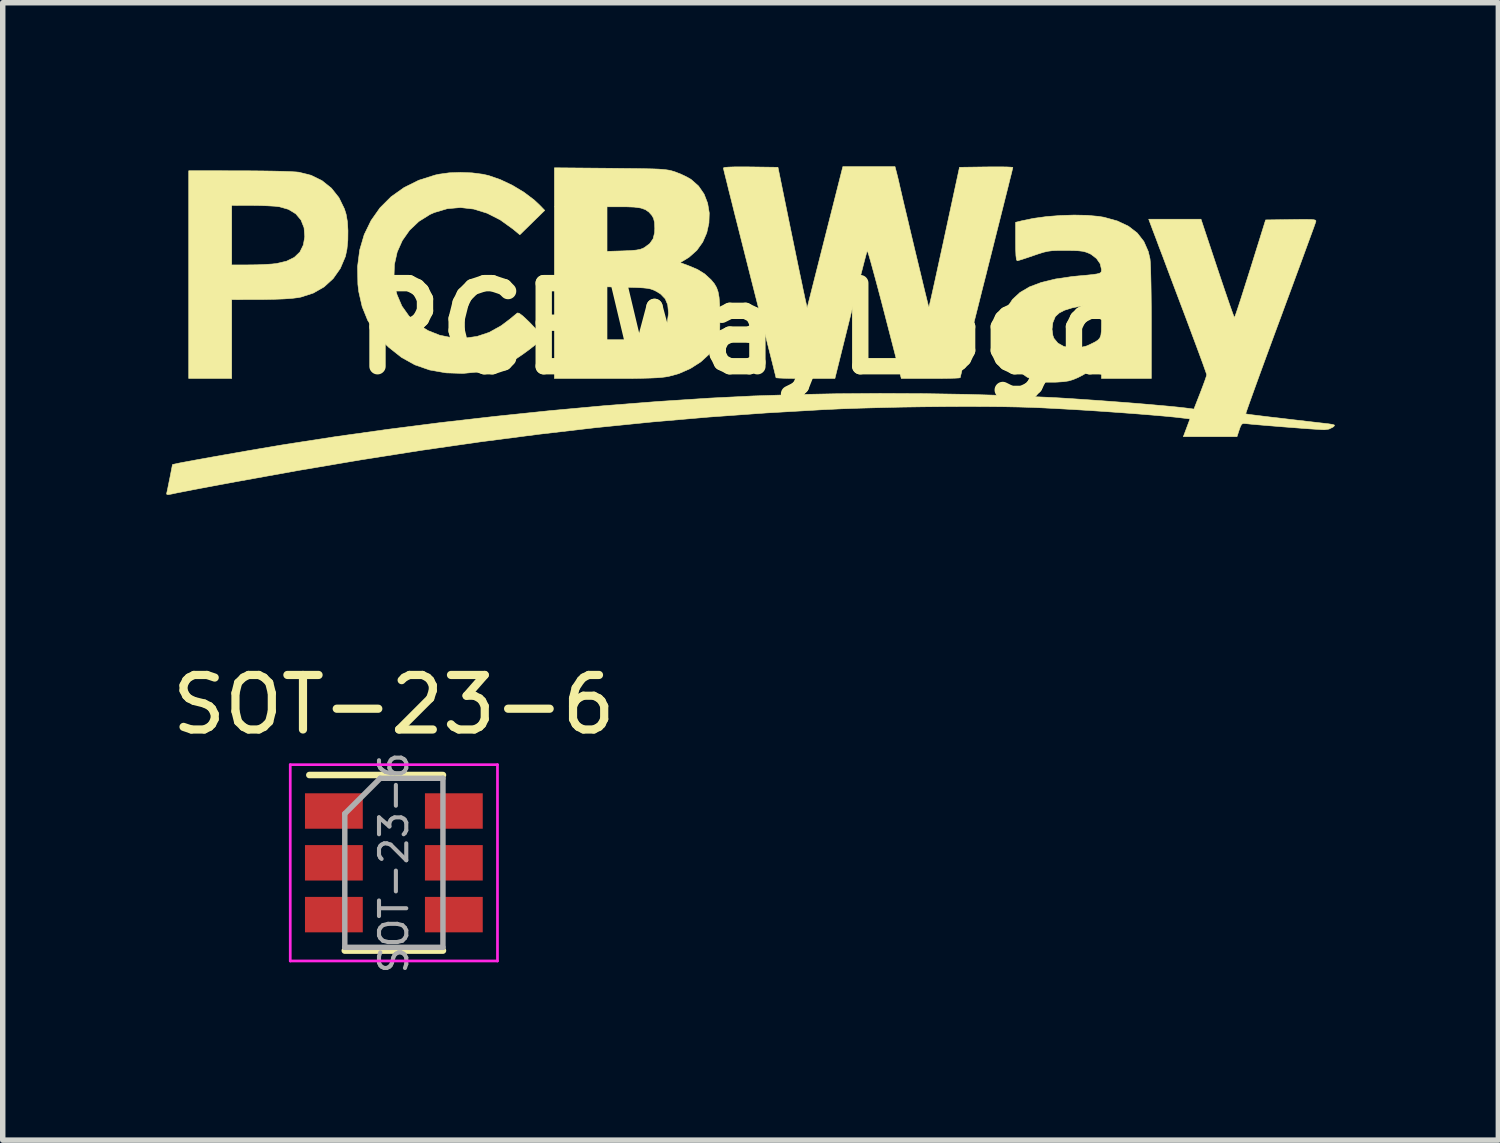
<source format=kicad_pcb>
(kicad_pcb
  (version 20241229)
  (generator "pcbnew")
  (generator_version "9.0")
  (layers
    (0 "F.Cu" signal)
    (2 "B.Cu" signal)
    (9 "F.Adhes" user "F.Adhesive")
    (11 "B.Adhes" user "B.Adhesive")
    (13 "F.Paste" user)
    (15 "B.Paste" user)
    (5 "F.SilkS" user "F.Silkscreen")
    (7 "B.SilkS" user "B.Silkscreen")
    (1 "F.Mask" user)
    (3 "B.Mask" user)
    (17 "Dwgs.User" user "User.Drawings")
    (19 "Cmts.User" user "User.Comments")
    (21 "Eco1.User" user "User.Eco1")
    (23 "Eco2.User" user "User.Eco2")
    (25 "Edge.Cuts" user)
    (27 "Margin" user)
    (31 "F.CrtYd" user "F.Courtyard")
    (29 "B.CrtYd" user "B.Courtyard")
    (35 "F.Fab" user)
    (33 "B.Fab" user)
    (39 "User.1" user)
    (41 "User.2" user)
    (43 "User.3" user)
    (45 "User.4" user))
  (footprint "PCBWayLogo"
    (layer "F.Cu")
    (at 10.622 2.977)
    (property "Reference" "PCBWayLogo" (at 0 0 0) (layer "F.SilkS") (effects (font (size 1.524 1.524) (thickness 0.3))))
    (attr through_hole)
    (fp_poly (pts (xy -9.29 -2.895) (xy -9.07 -2.894) (xy -8.859 -2.892) (xy -8.664 -2.889) (xy -8.492 -2.885) (xy -8.35 -2.88) (xy -8.246 -2.874) (xy -8.192 -2.869) (xy -7.966 -2.812) (xy -7.765 -2.713) (xy -7.594 -2.576) (xy -7.456 -2.402) (xy -7.356 -2.197) (xy -7.325 -2.099) (xy -7.301 -1.962) (xy -7.291 -1.797) (xy -7.293 -1.623) (xy -7.309 -1.459) (xy -7.337 -1.325) (xy -7.338 -1.323) (xy -7.431 -1.104) (xy -7.562 -0.918) (xy -7.728 -0.766) (xy -7.927 -0.652) (xy -8.153 -0.579) (xy -8.199 -0.57) (xy -8.311 -0.556) (xy -8.465 -0.545) (xy -8.655 -0.538) (xy -8.871 -0.534) (xy -8.909 -0.534) (xy -9.423 -0.533) (xy -9.423 0.914) (xy -10.211 0.914) (xy -10.211 -1.168) (xy -9.423 -1.168) (xy -9.1 -1.169) (xy -8.956 -1.171) (xy -8.813 -1.177) (xy -8.687 -1.185) (xy -8.603 -1.194) (xy -8.418 -1.237) (xy -8.275 -1.307) (xy -8.172 -1.406) (xy -8.109 -1.535) (xy -8.083 -1.686) (xy -8.096 -1.851) (xy -8.152 -1.992) (xy -8.248 -2.106) (xy -8.383 -2.188) (xy -8.547 -2.235) (xy -8.63 -2.245) (xy -8.749 -2.252) (xy -8.89 -2.258) (xy -9.036 -2.26) (xy -9.061 -2.26) (xy -9.423 -2.261) (xy -9.423 -1.168) (xy -10.211 -1.168) (xy -10.211 -2.896) (xy -9.29 -2.895)) (stroke (width 0.01) (type solid)) (fill yes) (layer "F.SilkS"))
    (fp_poly (pts (xy -5.015 -2.857) (xy -4.82 -2.832) (xy -4.712 -2.808) (xy -4.496 -2.733) (xy -4.274 -2.628) (xy -4.062 -2.5) (xy -3.875 -2.359) (xy -3.778 -2.268) (xy -3.682 -2.169) (xy -3.911 -1.945) (xy -4.139 -1.722) (xy -4.26 -1.823) (xy -4.497 -1.994) (xy -4.739 -2.117) (xy -4.983 -2.193) (xy -5.228 -2.221) (xy -5.469 -2.2) (xy -5.705 -2.13) (xy -5.787 -2.094) (xy -5.991 -1.966) (xy -6.161 -1.805) (xy -6.294 -1.616) (xy -6.388 -1.405) (xy -6.439 -1.176) (xy -6.447 -0.936) (xy -6.409 -0.689) (xy -6.39 -0.62) (xy -6.302 -0.414) (xy -6.174 -0.234) (xy -6.012 -0.083) (xy -5.822 0.036) (xy -5.61 0.12) (xy -5.38 0.167) (xy -5.139 0.173) (xy -4.922 0.142) (xy -4.7 0.068) (xy -4.479 -0.055) (xy -4.323 -0.173) (xy -4.256 -0.228) (xy -4.203 -0.272) (xy -4.181 -0.288) (xy -4.149 -0.281) (xy -4.085 -0.233) (xy -3.991 -0.145) (xy -3.936 -0.09) (xy -3.853 -0.002) (xy -3.785 0.074) (xy -3.739 0.13) (xy -3.721 0.159) (xy -3.721 0.159) (xy -3.741 0.191) (xy -3.795 0.244) (xy -3.874 0.311) (xy -3.97 0.386) (xy -4.074 0.462) (xy -4.178 0.533) (xy -4.272 0.592) (xy -4.331 0.624) (xy -4.591 0.726) (xy -4.878 0.792) (xy -5.181 0.821) (xy -5.489 0.811) (xy -5.496 0.81) (xy -5.793 0.758) (xy -6.063 0.664) (xy -6.311 0.526) (xy -6.542 0.343) (xy -6.594 0.293) (xy -6.784 0.076) (xy -6.929 -0.153) (xy -7.03 -0.402) (xy -7.093 -0.678) (xy -7.109 -0.813) (xy -7.115 -1.136) (xy -7.076 -1.441) (xy -6.993 -1.724) (xy -6.867 -1.983) (xy -6.703 -2.216) (xy -6.501 -2.418) (xy -6.263 -2.587) (xy -5.993 -2.721) (xy -5.691 -2.817) (xy -5.616 -2.833) (xy -5.433 -2.858) (xy -5.226 -2.865) (xy -5.015 -2.857)) (stroke (width 0.01) (type solid)) (fill yes) (layer "F.SilkS"))
    (fp_poly (pts (xy -2.483 -2.941) (xy -2.227 -2.938) (xy -2.016 -2.936) (xy -1.845 -2.933) (xy -1.709 -2.93) (xy -1.601 -2.926) (xy -1.518 -2.92) (xy -1.452 -2.913) (xy -1.399 -2.905) (xy -1.354 -2.894) (xy -1.31 -2.881) (xy -1.292 -2.875) (xy -1.182 -2.832) (xy -1.07 -2.778) (xy -0.999 -2.737) (xy -0.862 -2.616) (xy -0.76 -2.468) (xy -0.695 -2.301) (xy -0.665 -2.121) (xy -0.671 -1.937) (xy -0.711 -1.757) (xy -0.785 -1.587) (xy -0.893 -1.436) (xy -1.034 -1.311) (xy -1.086 -1.278) (xy -1.2 -1.211) (xy -1.049 -1.156) (xy -0.88 -1.085) (xy -0.747 -1.002) (xy -0.635 -0.899) (xy -0.628 -0.892) (xy -0.572 -0.824) (xy -0.531 -0.754) (xy -0.503 -0.674) (xy -0.485 -0.574) (xy -0.475 -0.444) (xy -0.471 -0.276) (xy -0.471 -0.216) (xy -0.471 -0.069) (xy -0.473 0.038) (xy -0.478 0.115) (xy -0.487 0.171) (xy -0.503 0.219) (xy -0.527 0.267) (xy -0.545 0.301) (xy -0.662 0.464) (xy -0.82 0.609) (xy -1.011 0.731) (xy -1.224 0.825) (xy -1.404 0.874) (xy -1.466 0.885) (xy -1.54 0.894) (xy -1.631 0.901) (xy -1.745 0.906) (xy -1.887 0.91) (xy -2.063 0.913) (xy -2.278 0.914) (xy -2.539 0.914) (xy -2.552 0.914) (xy -3.505 0.914) (xy -3.505 0.203) (xy -2.54 0.203) (xy -2.198 0.203) (xy -2.023 0.201) (xy -1.89 0.192) (xy -1.79 0.177) (xy -1.734 0.163) (xy -1.593 0.096) (xy -1.495 0.003) (xy -1.435 -0.119) (xy -1.413 -0.275) (xy -1.413 -0.294) (xy -1.427 -0.438) (xy -1.473 -0.548) (xy -1.556 -0.634) (xy -1.638 -0.685) (xy -1.691 -0.71) (xy -1.742 -0.728) (xy -1.802 -0.74) (xy -1.881 -0.748) (xy -1.989 -0.754) (xy -2.136 -0.758) (xy -2.152 -0.758) (xy -2.54 -0.767) (xy -2.54 0.203) (xy -3.505 0.203) (xy -3.505 -1.417) (xy -2.54 -1.417) (xy -2.242 -1.426) (xy -2.103 -1.432) (xy -2.003 -1.441) (xy -1.932 -1.454) (xy -1.879 -1.474) (xy -1.857 -1.486) (xy -1.756 -1.56) (xy -1.695 -1.648) (xy -1.667 -1.761) (xy -1.664 -1.841) (xy -1.669 -1.949) (xy -1.687 -2.023) (xy -1.716 -2.075) (xy -1.773 -2.139) (xy -1.839 -2.184) (xy -1.925 -2.213) (xy -2.04 -2.229) (xy -2.194 -2.235) (xy -2.242 -2.235) (xy -2.54 -2.235) (xy -2.54 -1.417) (xy -3.505 -1.417) (xy -3.505 -2.95) (xy -2.483 -2.941)) (stroke (width 0.01) (type solid)) (fill yes) (layer "F.SilkS"))
    (fp_poly (pts (xy 6.265 -2.078) (xy 6.475 -2.059) (xy 6.573 -2.043) (xy 6.818 -1.975) (xy 7.022 -1.879) (xy 7.184 -1.754) (xy 7.305 -1.599) (xy 7.386 -1.415) (xy 7.418 -1.279) (xy 7.423 -1.221) (xy 7.428 -1.118) (xy 7.432 -0.978) (xy 7.436 -0.806) (xy 7.439 -0.609) (xy 7.441 -0.394) (xy 7.442 -0.166) (xy 7.442 -0.108) (xy 7.442 0.914) (xy 6.528 0.914) (xy 6.528 0.608) (xy 6.394 0.715) (xy 6.296 0.784) (xy 6.18 0.854) (xy 6.096 0.897) (xy 6.008 0.934) (xy 5.928 0.958) (xy 5.838 0.972) (xy 5.722 0.98) (xy 5.677 0.982) (xy 5.498 0.982) (xy 5.365 0.968) (xy 5.317 0.956) (xy 5.164 0.889) (xy 5.027 0.792) (xy 4.916 0.681) (xy 4.804 0.522) (xy 4.733 0.339) (xy 4.704 0.13) (xy 4.705 0.01) (xy 5.621 0.01) (xy 5.637 0.127) (xy 5.656 0.178) (xy 5.728 0.265) (xy 5.834 0.325) (xy 5.963 0.355) (xy 6.105 0.354) (xy 6.249 0.32) (xy 6.312 0.293) (xy 6.399 0.25) (xy 6.458 0.214) (xy 6.496 0.174) (xy 6.517 0.121) (xy 6.526 0.042) (xy 6.528 -0.071) (xy 6.528 -0.461) (xy 6.382 -0.444) (xy 6.16 -0.415) (xy 5.985 -0.38) (xy 5.851 -0.338) (xy 5.754 -0.288) (xy 5.689 -0.229) (xy 5.678 -0.214) (xy 5.636 -0.111) (xy 5.621 0.01) (xy 4.705 0.01) (xy 4.706 -0.016) (xy 4.735 -0.216) (xy 4.798 -0.389) (xy 4.897 -0.537) (xy 5.033 -0.663) (xy 5.208 -0.766) (xy 5.426 -0.848) (xy 5.686 -0.911) (xy 5.993 -0.956) (xy 6.096 -0.966) (xy 6.253 -0.98) (xy 6.366 -0.992) (xy 6.443 -1.003) (xy 6.491 -1.015) (xy 6.516 -1.03) (xy 6.526 -1.051) (xy 6.528 -1.078) (xy 6.528 -1.086) (xy 6.504 -1.19) (xy 6.437 -1.286) (xy 6.337 -1.363) (xy 6.305 -1.379) (xy 6.245 -1.403) (xy 6.183 -1.419) (xy 6.105 -1.428) (xy 6 -1.433) (xy 5.867 -1.434) (xy 5.731 -1.434) (xy 5.628 -1.43) (xy 5.544 -1.419) (xy 5.462 -1.4) (xy 5.364 -1.369) (xy 5.279 -1.34) (xy 5.168 -1.302) (xy 5.074 -1.271) (xy 5.008 -1.251) (xy 4.981 -1.245) (xy 4.968 -1.268) (xy 4.959 -1.339) (xy 4.954 -1.459) (xy 4.953 -1.597) (xy 4.953 -1.95) (xy 5.062 -1.977) (xy 5.278 -2.022) (xy 5.519 -2.055) (xy 5.773 -2.075) (xy 6.026 -2.083) (xy 6.265 -2.078)) (stroke (width 0.01) (type solid)) (fill yes) (layer "F.SilkS"))
    (fp_poly (pts (xy 2.766 -2.877) (xy 2.788 -2.791) (xy 2.812 -2.691) (xy 2.819 -2.658) (xy 2.835 -2.588) (xy 2.86 -2.481) (xy 2.892 -2.342) (xy 2.931 -2.178) (xy 2.975 -1.995) (xy 3.021 -1.798) (xy 3.07 -1.593) (xy 3.119 -1.387) (xy 3.168 -1.185) (xy 3.214 -0.994) (xy 3.256 -0.818) (xy 3.293 -0.665) (xy 3.324 -0.54) (xy 3.346 -0.449) (xy 3.359 -0.398) (xy 3.362 -0.389) (xy 3.368 -0.412) (xy 3.384 -0.48) (xy 3.409 -0.588) (xy 3.441 -0.732) (xy 3.48 -0.908) (xy 3.524 -1.11) (xy 3.573 -1.335) (xy 3.626 -1.577) (xy 3.646 -1.671) (xy 3.924 -2.959) (xy 4.413 -2.966) (xy 4.565 -2.967) (xy 4.697 -2.967) (xy 4.802 -2.965) (xy 4.873 -2.961) (xy 4.902 -2.957) (xy 4.902 -2.956) (xy 4.896 -2.929) (xy 4.879 -2.857) (xy 4.85 -2.743) (xy 4.813 -2.592) (xy 4.766 -2.406) (xy 4.712 -2.19) (xy 4.651 -1.947) (xy 4.584 -1.681) (xy 4.513 -1.397) (xy 4.437 -1.097) (xy 4.42 -1.027) (xy 4.343 -0.725) (xy 4.271 -0.437) (xy 4.203 -0.167) (xy 4.14 0.081) (xy 4.085 0.304) (xy 4.036 0.496) (xy 3.997 0.656) (xy 3.966 0.779) (xy 3.946 0.86) (xy 3.937 0.898) (xy 3.937 0.899) (xy 3.913 0.904) (xy 3.845 0.908) (xy 3.742 0.911) (xy 3.609 0.913) (xy 3.456 0.914) (xy 3.397 0.914) (xy 2.857 0.914) (xy 2.553 -0.265) (xy 2.492 -0.5) (xy 2.434 -0.719) (xy 2.381 -0.917) (xy 2.334 -1.089) (xy 2.295 -1.231) (xy 2.264 -1.338) (xy 2.242 -1.405) (xy 2.232 -1.428) (xy 2.232 -1.427) (xy 2.223 -1.4) (xy 2.203 -1.328) (xy 2.174 -1.217) (xy 2.136 -1.07) (xy 2.091 -0.895) (xy 2.04 -0.694) (xy 1.984 -0.474) (xy 1.928 -0.248) (xy 1.639 0.914) (xy 1.099 0.914) (xy 0.939 0.914) (xy 0.799 0.912) (xy 0.684 0.909) (xy 0.603 0.905) (xy 0.562 0.901) (xy 0.559 0.899) (xy 0.553 0.873) (xy 0.535 0.801) (xy 0.507 0.687) (xy 0.469 0.536) (xy 0.422 0.351) (xy 0.368 0.135) (xy 0.307 -0.108) (xy 0.24 -0.373) (xy 0.168 -0.656) (xy 0.092 -0.955) (xy 0.076 -1.019) (xy -0.000316 -1.321) (xy -0.073 -1.609) (xy -0.141 -1.879) (xy -0.204 -2.127) (xy -0.259 -2.349) (xy -0.308 -2.543) (xy -0.347 -2.703) (xy -0.378 -2.826) (xy -0.398 -2.908) (xy -0.406 -2.945) (xy -0.406 -2.947) (xy -0.381 -2.957) (xy -0.307 -2.963) (xy -0.186 -2.967) (xy -0.018 -2.967) (xy 0.094 -2.966) (xy 0.595 -2.959) (xy 0.818 -1.867) (xy 0.867 -1.63) (xy 0.914 -1.402) (xy 0.958 -1.188) (xy 0.998 -0.996) (xy 1.033 -0.831) (xy 1.06 -0.7) (xy 1.08 -0.608) (xy 1.086 -0.578) (xy 1.13 -0.381) (xy 1.785 -2.972) (xy 2.741 -2.972) (xy 2.766 -2.877)) (stroke (width 0.01) (type solid)) (fill yes) (layer "F.SilkS"))
    (fp_poly (pts (xy 8.653 -1.105) (xy 8.721 -0.902) (xy 8.784 -0.715) (xy 8.841 -0.549) (xy 8.889 -0.409) (xy 8.927 -0.302) (xy 8.953 -0.232) (xy 8.966 -0.204) (xy 8.966 -0.203) (xy 8.976 -0.227) (xy 9 -0.293) (xy 9.035 -0.398) (xy 9.08 -0.535) (xy 9.132 -0.699) (xy 9.191 -0.885) (xy 9.255 -1.087) (xy 9.259 -1.099) (xy 9.538 -1.994) (xy 10.005 -2.001) (xy 10.169 -2.003) (xy 10.289 -2.003) (xy 10.372 -2.002) (xy 10.424 -1.997) (xy 10.451 -1.989) (xy 10.46 -1.978) (xy 10.459 -1.963) (xy 10.448 -1.932) (xy 10.422 -1.858) (xy 10.38 -1.743) (xy 10.325 -1.593) (xy 10.258 -1.41) (xy 10.181 -1.199) (xy 10.094 -0.964) (xy 10 -0.708) (xy 9.899 -0.436) (xy 9.806 -0.183) (xy 9.701 0.1) (xy 9.602 0.369) (xy 9.51 0.62) (xy 9.426 0.85) (xy 9.352 1.054) (xy 9.289 1.229) (xy 9.238 1.371) (xy 9.201 1.476) (xy 9.179 1.541) (xy 9.173 1.561) (xy 9.185 1.565) (xy 9.216 1.57) (xy 9.272 1.578) (xy 9.354 1.588) (xy 9.467 1.602) (xy 9.614 1.62) (xy 9.798 1.641) (xy 10.023 1.668) (xy 10.292 1.699) (xy 10.577 1.732) (xy 10.691 1.745) (xy 10.761 1.756) (xy 10.796 1.766) (xy 10.801 1.779) (xy 10.784 1.797) (xy 10.771 1.807) (xy 10.7 1.842) (xy 10.617 1.854) (xy 10.566 1.852) (xy 10.473 1.846) (xy 10.347 1.838) (xy 10.197 1.827) (xy 10.031 1.814) (xy 9.858 1.801) (xy 9.687 1.787) (xy 9.527 1.774) (xy 9.386 1.762) (xy 9.272 1.752) (xy 9.196 1.744) (xy 9.177 1.742) (xy 9.129 1.739) (xy 9.099 1.753) (xy 9.075 1.797) (xy 9.054 1.856) (xy 9.013 1.981) (xy 8.029 1.981) (xy 8.09 1.818) (xy 8.151 1.655) (xy 8.032 1.641) (xy 7.877 1.623) (xy 7.679 1.604) (xy 7.446 1.584) (xy 7.185 1.563) (xy 6.903 1.542) (xy 6.609 1.521) (xy 6.31 1.501) (xy 6.013 1.483) (xy 5.726 1.467) (xy 5.457 1.453) (xy 5.271 1.445) (xy 5.013 1.437) (xy 4.713 1.431) (xy 4.378 1.428) (xy 4.017 1.427) (xy 3.639 1.429) (xy 3.25 1.433) (xy 2.86 1.439) (xy 2.476 1.448) (xy 2.107 1.458) (xy 1.761 1.47) (xy 1.446 1.485) (xy 1.435 1.485) (xy 0.378 1.546) (xy -0.668 1.621) (xy -1.709 1.711) (xy -2.751 1.816) (xy -3.8 1.938) (xy -4.864 2.076) (xy -5.948 2.232) (xy -7.059 2.407) (xy -8.204 2.601) (xy -9.349 2.808) (xy -9.564 2.848) (xy -9.77 2.886) (xy -9.961 2.922) (xy -10.129 2.954) (xy -10.267 2.981) (xy -10.369 3.001) (xy -10.417 3.01) (xy -10.519 3.032) (xy -10.58 3.043) (xy -10.609 3.042) (xy -10.617 3.029) (xy -10.612 3.003) (xy -10.609 2.991) (xy -10.598 2.94) (xy -10.581 2.855) (xy -10.56 2.752) (xy -10.552 2.713) (xy -10.509 2.492) (xy -10.39 2.466) (xy -10.323 2.453) (xy -10.213 2.433) (xy -10.068 2.406) (xy -9.895 2.375) (xy -9.702 2.34) (xy -9.496 2.304) (xy -9.284 2.267) (xy -9.074 2.23) (xy -8.874 2.196) (xy -8.69 2.165) (xy -8.531 2.138) (xy -8.433 2.122) (xy -7.521 1.981) (xy -6.571 1.848) (xy -5.592 1.723) (xy -4.596 1.609) (xy -3.595 1.505) (xy -2.6 1.414) (xy -1.621 1.337) (xy -0.67 1.275) (xy -0.597 1.271) (xy 0.123 1.235) (xy 0.881 1.21) (xy 1.665 1.194) (xy 2.464 1.188) (xy 3.265 1.192) (xy 4.057 1.205) (xy 4.828 1.228) (xy 5.566 1.26) (xy 5.753 1.27) (xy 5.98 1.284) (xy 6.228 1.301) (xy 6.49 1.319) (xy 6.757 1.339) (xy 7.023 1.359) (xy 7.279 1.38) (xy 7.519 1.401) (xy 7.734 1.42) (xy 7.918 1.438) (xy 8.062 1.454) (xy 8.118 1.461) (xy 8.223 1.475) (xy 8.341 1.174) (xy 8.385 1.058) (xy 8.422 0.958) (xy 8.447 0.885) (xy 8.458 0.847) (xy 8.458 0.846) (xy 8.449 0.817) (xy 8.424 0.746) (xy 8.385 0.636) (xy 8.332 0.492) (xy 8.268 0.319) (xy 8.194 0.121) (xy 8.113 -0.097) (xy 8.025 -0.331) (xy 7.99 -0.423) (xy 7.898 -0.667) (xy 7.809 -0.903) (xy 7.726 -1.124) (xy 7.651 -1.325) (xy 7.584 -1.5) (xy 7.53 -1.646) (xy 7.488 -1.756) (xy 7.462 -1.824) (xy 7.458 -1.835) (xy 7.394 -2.007) (xy 8.353 -2.007) (xy 8.653 -1.105)) (stroke (width 0.01) (type solid)) (fill yes) (layer "F.SilkS")))
  (footprint "SOT-23-6"
    (layer "F.Cu")
    (at 4.173 12.773)
    (property "Reference" "SOT-23-6" (at 0 -2.9 0) (layer "F.SilkS") (effects (font (size 1 1) (thickness 0.15))))
    (attr smd)
    (fp_line (start -0.9 1.61) (end 0.9 1.61) (stroke (width 0.12) (type solid)) (layer "F.SilkS"))
    (fp_line (start 0.9 -1.61) (end -1.55 -1.61) (stroke (width 0.12) (type solid)) (layer "F.SilkS"))
    (fp_line (start -1.9 -1.8) (end -1.9 1.8) (stroke (width 0.05) (type solid)) (layer "F.CrtYd"))
    (fp_line (start -1.9 1.8) (end 1.9 1.8) (stroke (width 0.05) (type solid)) (layer "F.CrtYd"))
    (fp_line (start 1.9 -1.8) (end -1.9 -1.8) (stroke (width 0.05) (type solid)) (layer "F.CrtYd"))
    (fp_line (start 1.9 1.8) (end 1.9 -1.8) (stroke (width 0.05) (type solid)) (layer "F.CrtYd"))
    (fp_line (start -0.9 -0.9) (end -0.9 1.55) (stroke (width 0.1) (type solid)) (layer "F.Fab"))
    (fp_line (start -0.9 -0.9) (end -0.25 -1.55) (stroke (width 0.1) (type solid)) (layer "F.Fab"))
    (fp_line (start 0.9 -1.55) (end -0.25 -1.55) (stroke (width 0.1) (type solid)) (layer "F.Fab"))
    (fp_line (start 0.9 -1.55) (end 0.9 1.55) (stroke (width 0.1) (type solid)) (layer "F.Fab"))
    (fp_line (start 0.9 1.55) (end -0.9 1.55) (stroke (width 0.1) (type solid)) (layer "F.Fab"))
    (fp_text user "${REFERENCE}" (at 0 0 270) (layer "F.Fab") (effects (font (size 0.5 0.5) (thickness 0.075))))
    (pad "1" smd rect (at -1.1 -0.95) (size 1.06 0.65) (layers "F.Cu" "F.Mask" "F.Paste"))
    (pad "2" smd rect (at -1.1 0) (size 1.06 0.65) (layers "F.Cu" "F.Mask" "F.Paste"))
    (pad "3" smd rect (at -1.1 0.95) (size 1.06 0.65) (layers "F.Cu" "F.Mask" "F.Paste"))
    (pad "4" smd rect (at 1.1 0.95) (size 1.06 0.65) (layers "F.Cu" "F.Mask" "F.Paste"))
    (pad "5" smd rect (at 1.1 0) (size 1.06 0.65) (layers "F.Cu" "F.Mask" "F.Paste"))
    (pad "6" smd rect (at 1.1 -0.95) (size 1.06 0.65) (layers "F.Cu" "F.Mask" "F.Paste")))
  (gr_rect
    (start -3 -3)
    (end 24.428 17.859)
    (stroke (width 0.1) (type default))
    (fill no)
    (layer "Edge.Cuts")))
</source>
